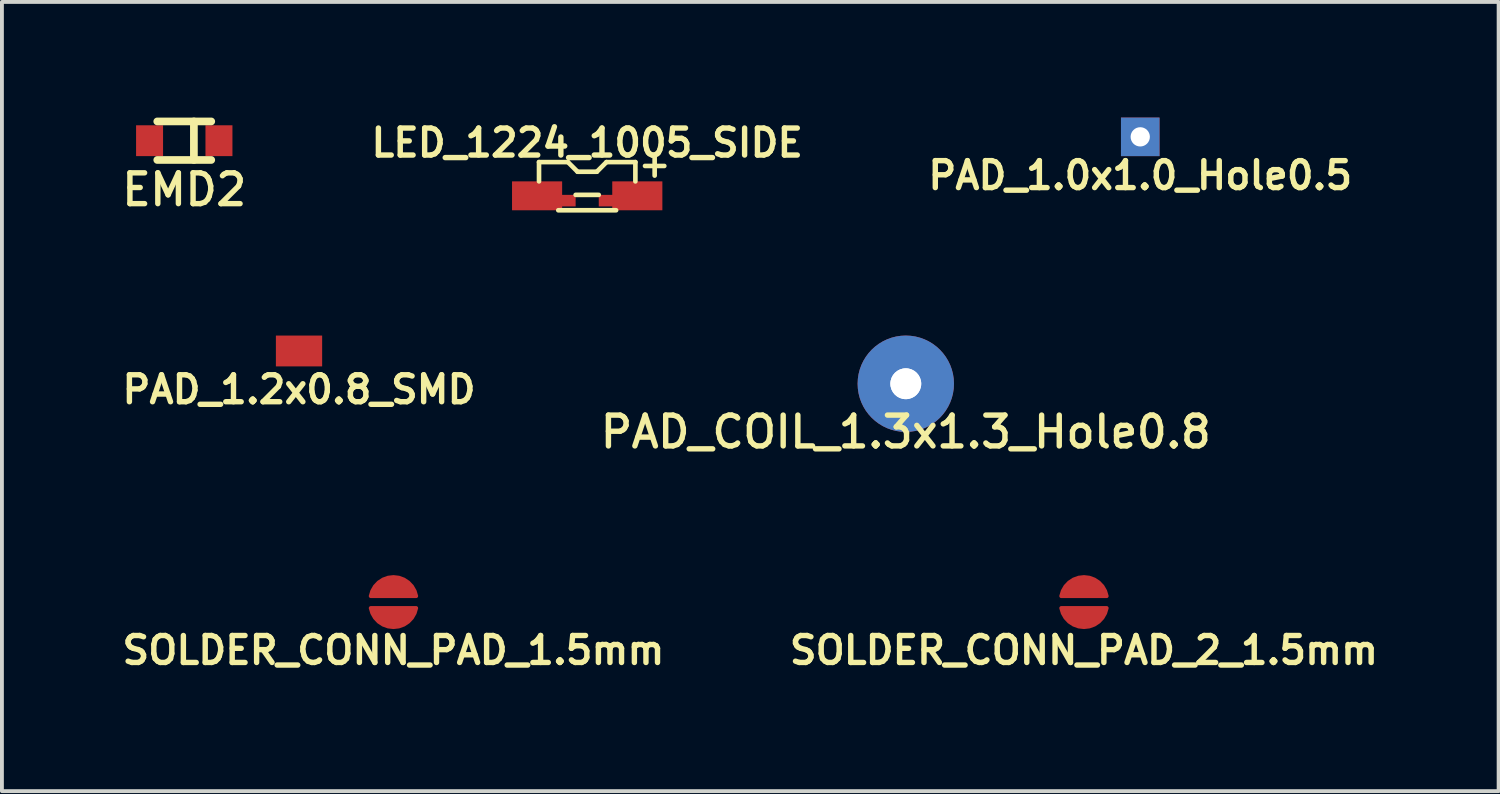
<source format=kicad_pcb>
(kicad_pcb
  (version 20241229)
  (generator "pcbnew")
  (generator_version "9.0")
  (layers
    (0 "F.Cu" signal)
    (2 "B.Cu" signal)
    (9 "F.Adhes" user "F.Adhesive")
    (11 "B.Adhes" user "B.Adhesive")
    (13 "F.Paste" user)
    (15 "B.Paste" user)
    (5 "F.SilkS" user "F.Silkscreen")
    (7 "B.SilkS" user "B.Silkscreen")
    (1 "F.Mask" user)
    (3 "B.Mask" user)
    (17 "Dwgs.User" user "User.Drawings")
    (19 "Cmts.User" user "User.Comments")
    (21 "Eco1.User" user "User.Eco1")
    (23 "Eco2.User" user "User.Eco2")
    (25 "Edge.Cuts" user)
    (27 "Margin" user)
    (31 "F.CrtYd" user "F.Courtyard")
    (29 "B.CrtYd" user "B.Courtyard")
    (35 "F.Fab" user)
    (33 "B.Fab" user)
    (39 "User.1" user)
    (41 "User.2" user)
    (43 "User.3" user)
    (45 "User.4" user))
  (footprint "SOLDER_CONN_PAD_2_1.5mm"
    (layer "F.Cu")
    (at 25.07 12.569)
    (property "Reference" "SOLDER_CONN_PAD_2_1.5mm" (at 0 1.25 180) (layer "F.SilkS") (effects (font (size 0.7 0.7) (thickness 0.14))))
    (attr through_hole)
    (fp_line (start -0.5 0) (end 0.5 0) (stroke (width 0.25) (type solid)) (layer "F.Mask"))
    (fp_arc (start -0.50013 0.249738) (mid -0.559016 -0.000146) (end -0.5 -0.249999) (stroke (width 0.2) (type solid)) (layer "F.Mask"))
    (fp_arc (start 0.50013 -0.249737) (mid 0.559016 0.000146) (end 0.499999 0.249999) (stroke (width 0.2) (type solid)) (layer "F.Mask"))
    (pad "1" smd custom (at 0 -0.35) (size 0.3 0.3) (layers "F.Cu" "F.Mask") (options (anchor rect)) (primitives (gr_arc (start -0.590884 0.195812) (mid -0.000001 -0.299999) (end 0.590884 0.19581) (width 0.1)) (gr_line (start -0.591 0.196) (end 0.591 0.196) (width 0.1)) (gr_line (start -0.4 0.07) (end 0.4 0.07) (width 0.3)) (gr_line (start -0.26 -0.11) (end 0.26 -0.11) (width 0.3))))
    (pad "2" smd custom (at 0 0.35 180) (size 0.3 0.3) (layers "F.Cu" "F.Mask") (options (anchor rect)) (primitives (gr_arc (start -0.590884 0.195812) (mid -0.000001 -0.299999) (end 0.590884 0.19581) (width 0.1)) (gr_line (start -0.591 0.196) (end 0.591 0.196) (width 0.1)) (gr_line (start -0.4 0.07) (end 0.4 0.07) (width 0.3)) (gr_line (start -0.26 -0.11) (end 0.26 -0.11) (width 0.3)))))
  (footprint "SOLDER_CONN_PAD_1.5mm"
    (layer "F.Cu")
    (at 7.157 12.569)
    (property "Reference" "SOLDER_CONN_PAD_1.5mm" (at 0 1.25 180) (layer "F.SilkS") (effects (font (size 0.7 0.7) (thickness 0.14))))
    (attr through_hole)
    (pad "1" smd custom (at 0 -0.35) (size 0.3 0.3) (layers "F.Cu" "F.Mask" "F.Paste") (options (anchor rect)) (primitives (gr_arc (start -0.590884 0.195812) (mid -0.000001 -0.299999) (end 0.590884 0.19581) (width 0.1)) (gr_line (start -0.591 0.196) (end 0.591 0.196) (width 0.1)) (gr_line (start -0.4 0.07) (end 0.4 0.07) (width 0.3)) (gr_line (start -0.26 -0.11) (end 0.26 -0.11) (width 0.3))))
    (pad "2" smd custom (at 0 0.35 180) (size 0.3 0.3) (layers "F.Cu" "F.Mask" "F.Paste") (options (anchor rect)) (primitives (gr_arc (start -0.590884 0.195812) (mid -0.000001 -0.299999) (end 0.590884 0.19581) (width 0.1)) (gr_line (start -0.591 0.196) (end 0.591 0.196) (width 0.1)) (gr_line (start -0.4 0.07) (end 0.4 0.07) (width 0.3)) (gr_line (start -0.26 -0.11) (end 0.26 -0.11) (width 0.3)))))
  (footprint "LED_1224_1005_SIDE"
    (layer "F.Cu")
    (at 12.183 2.405)
    (property "Reference" "LED_1224_1005_SIDE" (at 0 -1.75 0) (layer "F.SilkS") (effects (font (size 0.7 0.7) (thickness 0.14))))
    (attr through_hole)
    (fp_line (start -1.25 -1.25) (end -1.25 -0.75) (stroke (width 0.12) (type solid)) (layer "F.SilkS"))
    (fp_line (start -1.25 -1.25) (end -0.5 -1.25) (stroke (width 0.12) (type solid)) (layer "F.SilkS"))
    (fp_line (start -0.75 0) (end 0.75 0) (stroke (width 0.12) (type solid)) (layer "F.SilkS"))
    (fp_line (start -0.5 -1.25) (end -0.25 -1) (stroke (width 0.12) (type solid)) (layer "F.SilkS"))
    (fp_line (start -0.3 -0.4) (end 0.3 -0.4) (stroke (width 0.12) (type solid)) (layer "F.SilkS"))
    (fp_line (start -0.25 -1) (end 0.25 -1) (stroke (width 0.12) (type solid)) (layer "F.SilkS"))
    (fp_line (start 0.25 -1) (end 0.5 -1.25) (stroke (width 0.12) (type solid)) (layer "F.SilkS"))
    (fp_line (start 0.5 -1.25) (end 1.25 -1.25) (stroke (width 0.12) (type solid)) (layer "F.SilkS"))
    (fp_line (start 1.25 -1.25) (end 1.25 -0.75) (stroke (width 0.12) (type solid)) (layer "F.SilkS"))
    (fp_line (start 1.5 -1.15) (end 2 -1.15) (stroke (width 0.12) (type solid)) (layer "F.SilkS"))
    (fp_line (start 1.75 -1.4) (end 1.75 -0.9) (stroke (width 0.12) (type solid)) (layer "F.SilkS"))
    (pad "1" smd rect (at -1.3 -0.375) (size 1.3 0.75) (layers "F.Cu" "F.Mask" "F.Paste"))
    (pad "1" smd rect (at -0.55 -0.25) (size 0.5 0.3) (layers "F.Cu" "F.Mask" "F.Paste"))
    (pad "2" smd rect (at 0.55 -0.25) (size 0.5 0.3) (layers "F.Cu" "F.Mask" "F.Paste"))
    (pad "2" smd rect (at 1.3 -0.375) (size 1.3 0.75) (layers "F.Cu" "F.Mask" "F.Paste")))
  (footprint "PAD_1.0x1.0_Hole0.5"
    (layer "F.Cu")
    (at 26.53 0.5)
    (property "Reference" "PAD_1.0x1.0_Hole0.5" (at 0 1 0) (layer "F.SilkS") (effects (font (size 0.7 0.7) (thickness 0.14))))
    (attr through_hole)
    (pad "1" thru_hole rect (at 0 0) (size 1 1) (drill 0.5) (layers "*.Cu" "*.Mask")))
  (footprint "EMD2"
    (layer "F.Cu")
    (at 1.73 0.6)
    (property "Reference" "EMD2" (at 0 1.27 0) (layer "F.SilkS") (effects (font (size 0.8 0.8) (thickness 0.14))))
    (attr through_hole)
    (fp_line (start -0.7 -0.5) (end 0.7 -0.5) (stroke (width 0.2) (type solid)) (layer "F.SilkS"))
    (fp_line (start -0.7 0.5) (end 0.7 0.5) (stroke (width 0.2) (type solid)) (layer "F.SilkS"))
    (fp_line (start 0.25 -0.5) (end 0.25 0.5) (stroke (width 0.2) (type solid)) (layer "F.SilkS"))
    (pad "1" smd rect (at 0.9 0) (size 0.7 0.8) (layers "F.Cu" "F.Mask" "F.Paste"))
    (pad "2" smd rect (at -0.9 0) (size 0.7 0.8) (layers "F.Cu" "F.Mask" "F.Paste")))
  (footprint "PAD_1.2x0.8_SMD"
    (layer "F.Cu")
    (at 4.707 6.055)
    (property "Reference" "PAD_1.2x0.8_SMD" (at 0 1 0) (layer "F.SilkS") (effects (font (size 0.7 0.7) (thickness 0.14))))
    (attr through_hole)
    (pad "1" smd rect (at 0 0) (size 1.2 0.8) (layers "F.Cu" "F.Mask")))
  (footprint "PAD_COIL_1.3x1.3_Hole0.8"
    (layer "F.Cu")
    (at 20.448 6.905)
    (property "Reference" "PAD_COIL_1.3x1.3_Hole0.8" (at 0 1.25 0) (layer "F.SilkS") (effects (font (size 0.8 0.8) (thickness 0.14))))
    (attr through_hole)
    (pad "1" thru_hole rect (at 0 0) (size 1.3 1.3) (drill 0.8) (layers "*.Cu" "*.Mask"))
    (pad "1" thru_hole circle (at 0 0) (size 2.5 2.5) (drill 0.8) (layers "F.Cu" "F.Mask" "F.Paste")))
  (gr_rect
    (start -3 -3)
    (end 35.827 17.474)
    (stroke (width 0.1) (type default))
    (fill no)
    (layer "Edge.Cuts")))
</source>
